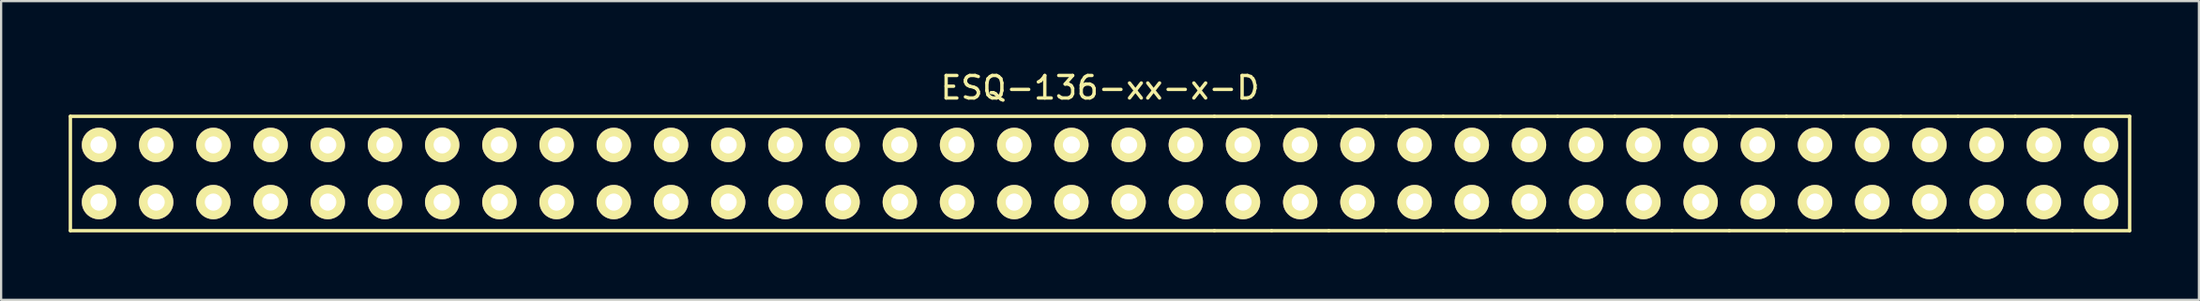
<source format=kicad_pcb>
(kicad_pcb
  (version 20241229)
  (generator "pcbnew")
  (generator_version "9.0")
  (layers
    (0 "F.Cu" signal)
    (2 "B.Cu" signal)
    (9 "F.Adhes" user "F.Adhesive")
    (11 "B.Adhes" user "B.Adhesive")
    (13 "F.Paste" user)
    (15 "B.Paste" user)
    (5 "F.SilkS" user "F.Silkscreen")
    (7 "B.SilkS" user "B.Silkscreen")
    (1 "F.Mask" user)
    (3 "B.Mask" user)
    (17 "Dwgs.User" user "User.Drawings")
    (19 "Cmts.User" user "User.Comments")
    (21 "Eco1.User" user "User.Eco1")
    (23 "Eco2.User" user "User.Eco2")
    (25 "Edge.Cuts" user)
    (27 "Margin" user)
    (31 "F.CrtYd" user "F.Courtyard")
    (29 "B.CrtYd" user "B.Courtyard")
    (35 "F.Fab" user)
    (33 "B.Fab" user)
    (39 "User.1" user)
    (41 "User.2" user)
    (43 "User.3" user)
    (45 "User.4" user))
  (footprint "ESQ-136-xx-x-D"
    (layer "F.Cu")
    (at 45.795 4.658)
    (property "Reference" "ESQ-136-xx-x-D" (at 0 -3.81 0) (layer "F.SilkS") (effects (font (size 1 1) (thickness 0.15))))
    (attr through_hole)
    (fp_line (start -45.72 -2.54) (end 5.08 -2.54) (stroke (width 0.15) (type solid)) (layer "F.SilkS"))
    (fp_line (start -45.72 2.54) (end -45.72 -2.54) (stroke (width 0.15) (type solid)) (layer "F.SilkS"))
    (fp_line (start 5.08 -2.54) (end 7.62 -2.54) (stroke (width 0.15) (type solid)) (layer "F.SilkS"))
    (fp_line (start 5.08 2.54) (end -45.72 2.54) (stroke (width 0.15) (type solid)) (layer "F.SilkS"))
    (fp_line (start 7.62 -2.54) (end 10.16 -2.54) (stroke (width 0.15) (type solid)) (layer "F.SilkS"))
    (fp_line (start 7.62 2.54) (end 5.08 2.54) (stroke (width 0.15) (type solid)) (layer "F.SilkS"))
    (fp_line (start 10.16 -2.54) (end 12.7 -2.54) (stroke (width 0.15) (type solid)) (layer "F.SilkS"))
    (fp_line (start 10.16 2.54) (end 7.62 2.54) (stroke (width 0.15) (type solid)) (layer "F.SilkS"))
    (fp_line (start 12.7 -2.54) (end 15.24 -2.54) (stroke (width 0.15) (type solid)) (layer "F.SilkS"))
    (fp_line (start 12.7 2.54) (end 10.16 2.54) (stroke (width 0.15) (type solid)) (layer "F.SilkS"))
    (fp_line (start 15.24 -2.54) (end 17.78 -2.54) (stroke (width 0.15) (type solid)) (layer "F.SilkS"))
    (fp_line (start 15.24 2.54) (end 12.7 2.54) (stroke (width 0.15) (type solid)) (layer "F.SilkS"))
    (fp_line (start 17.78 -2.54) (end 20.32 -2.54) (stroke (width 0.15) (type solid)) (layer "F.SilkS"))
    (fp_line (start 17.78 2.54) (end 15.24 2.54) (stroke (width 0.15) (type solid)) (layer "F.SilkS"))
    (fp_line (start 20.32 -2.54) (end 22.86 -2.54) (stroke (width 0.15) (type solid)) (layer "F.SilkS"))
    (fp_line (start 20.32 2.54) (end 17.78 2.54) (stroke (width 0.15) (type solid)) (layer "F.SilkS"))
    (fp_line (start 22.86 -2.54) (end 25.4 -2.54) (stroke (width 0.15) (type solid)) (layer "F.SilkS"))
    (fp_line (start 22.86 2.54) (end 20.32 2.54) (stroke (width 0.15) (type solid)) (layer "F.SilkS"))
    (fp_line (start 25.4 -2.54) (end 27.94 -2.54) (stroke (width 0.15) (type solid)) (layer "F.SilkS"))
    (fp_line (start 25.4 2.54) (end 22.86 2.54) (stroke (width 0.15) (type solid)) (layer "F.SilkS"))
    (fp_line (start 27.94 -2.54) (end 30.48 -2.54) (stroke (width 0.15) (type solid)) (layer "F.SilkS"))
    (fp_line (start 27.94 2.54) (end 25.4 2.54) (stroke (width 0.15) (type solid)) (layer "F.SilkS"))
    (fp_line (start 30.48 -2.54) (end 33.02 -2.54) (stroke (width 0.15) (type solid)) (layer "F.SilkS"))
    (fp_line (start 30.48 2.54) (end 27.94 2.54) (stroke (width 0.15) (type solid)) (layer "F.SilkS"))
    (fp_line (start 33.02 -2.54) (end 35.56 -2.54) (stroke (width 0.15) (type solid)) (layer "F.SilkS"))
    (fp_line (start 33.02 2.54) (end 30.48 2.54) (stroke (width 0.15) (type solid)) (layer "F.SilkS"))
    (fp_line (start 35.56 -2.54) (end 38.1 -2.54) (stroke (width 0.15) (type solid)) (layer "F.SilkS"))
    (fp_line (start 35.56 2.54) (end 33.02 2.54) (stroke (width 0.15) (type solid)) (layer "F.SilkS"))
    (fp_line (start 38.1 -2.54) (end 40.64 -2.54) (stroke (width 0.15) (type solid)) (layer "F.SilkS"))
    (fp_line (start 38.1 2.54) (end 35.56 2.54) (stroke (width 0.15) (type solid)) (layer "F.SilkS"))
    (fp_line (start 40.64 -2.54) (end 43.18 -2.54) (stroke (width 0.15) (type solid)) (layer "F.SilkS"))
    (fp_line (start 40.64 2.54) (end 38.1 2.54) (stroke (width 0.15) (type solid)) (layer "F.SilkS"))
    (fp_line (start 43.18 -2.54) (end 45.72 -2.54) (stroke (width 0.15) (type solid)) (layer "F.SilkS"))
    (fp_line (start 43.18 2.54) (end 40.64 2.54) (stroke (width 0.15) (type solid)) (layer "F.SilkS"))
    (fp_line (start 45.72 -2.54) (end 45.72 2.54) (stroke (width 0.15) (type solid)) (layer "F.SilkS"))
    (fp_line (start 45.72 2.54) (end 43.18 2.54) (stroke (width 0.15) (type solid)) (layer "F.SilkS"))
    (pad "1" thru_hole circle (at -44.45 -1.27) (size 1.524 1.524) (drill 0.762) (layers "*.Mask" "B.Cu" "F.SilkS"))
    (pad "2" thru_hole circle (at -44.45 1.27) (size 1.524 1.524) (drill 0.762) (layers "*.Mask" "B.Cu" "F.SilkS"))
    (pad "3" thru_hole circle (at -41.91 -1.27) (size 1.524 1.524) (drill 0.762) (layers "*.Mask" "B.Cu" "F.SilkS"))
    (pad "4" thru_hole circle (at -41.91 1.27) (size 1.524 1.524) (drill 0.762) (layers "*.Mask" "B.Cu" "F.SilkS"))
    (pad "5" thru_hole circle (at -39.37 -1.27) (size 1.524 1.524) (drill 0.762) (layers "*.Mask" "B.Cu" "F.SilkS"))
    (pad "6" thru_hole circle (at -39.37 1.27) (size 1.524 1.524) (drill 0.762) (layers "*.Mask" "B.Cu" "F.SilkS"))
    (pad "7" thru_hole circle (at -36.83 -1.27) (size 1.524 1.524) (drill 0.762) (layers "*.Mask" "B.Cu" "F.SilkS"))
    (pad "8" thru_hole circle (at -36.83 1.27) (size 1.524 1.524) (drill 0.762) (layers "*.Mask" "B.Cu" "F.SilkS"))
    (pad "9" thru_hole circle (at -34.29 -1.27) (size 1.524 1.524) (drill 0.762) (layers "*.Mask" "B.Cu" "F.SilkS"))
    (pad "10" thru_hole circle (at -34.29 1.27) (size 1.524 1.524) (drill 0.762) (layers "*.Mask" "B.Cu" "F.SilkS"))
    (pad "11" thru_hole circle (at -31.75 -1.27) (size 1.524 1.524) (drill 0.762) (layers "*.Mask" "B.Cu" "F.SilkS"))
    (pad "12" thru_hole circle (at -31.75 1.27) (size 1.524 1.524) (drill 0.762) (layers "*.Mask" "B.Cu" "F.SilkS"))
    (pad "13" thru_hole circle (at -29.21 -1.27) (size 1.524 1.524) (drill 0.762) (layers "*.Mask" "B.Cu" "F.SilkS"))
    (pad "14" thru_hole circle (at -29.21 1.27) (size 1.524 1.524) (drill 0.762) (layers "*.Mask" "B.Cu" "F.SilkS"))
    (pad "15" thru_hole circle (at -26.67 -1.27) (size 1.524 1.524) (drill 0.762) (layers "*.Mask" "B.Cu" "F.SilkS"))
    (pad "16" thru_hole circle (at -26.67 1.27) (size 1.524 1.524) (drill 0.762) (layers "*.Mask" "B.Cu" "F.SilkS"))
    (pad "17" thru_hole circle (at -24.13 -1.27) (size 1.524 1.524) (drill 0.762) (layers "*.Mask" "B.Cu" "F.SilkS"))
    (pad "18" thru_hole circle (at -24.13 1.27) (size 1.524 1.524) (drill 0.762) (layers "*.Mask" "B.Cu" "F.SilkS"))
    (pad "19" thru_hole circle (at -21.59 -1.27) (size 1.524 1.524) (drill 0.762) (layers "*.Mask" "B.Cu" "F.SilkS"))
    (pad "20" thru_hole circle (at -21.59 1.27) (size 1.524 1.524) (drill 0.762) (layers "*.Mask" "B.Cu" "F.SilkS"))
    (pad "21" thru_hole circle (at -19.05 -1.27) (size 1.524 1.524) (drill 0.762) (layers "*.Mask" "B.Cu" "F.SilkS"))
    (pad "22" thru_hole circle (at -19.05 1.27) (size 1.524 1.524) (drill 0.762) (layers "*.Mask" "B.Cu" "F.SilkS"))
    (pad "23" thru_hole circle (at -16.51 -1.27) (size 1.524 1.524) (drill 0.762) (layers "*.Mask" "B.Cu" "F.SilkS"))
    (pad "24" thru_hole circle (at -16.51 1.27) (size 1.524 1.524) (drill 0.762) (layers "*.Mask" "B.Cu" "F.SilkS"))
    (pad "25" thru_hole circle (at -13.97 -1.27) (size 1.524 1.524) (drill 0.762) (layers "*.Mask" "B.Cu" "F.SilkS"))
    (pad "26" thru_hole circle (at -13.97 1.27) (size 1.524 1.524) (drill 0.762) (layers "*.Mask" "B.Cu" "F.SilkS"))
    (pad "27" thru_hole circle (at -11.43 -1.27) (size 1.524 1.524) (drill 0.762) (layers "*.Mask" "B.Cu" "F.SilkS"))
    (pad "28" thru_hole circle (at -11.43 1.27) (size 1.524 1.524) (drill 0.762) (layers "*.Mask" "B.Cu" "F.SilkS"))
    (pad "29" thru_hole circle (at -8.89 -1.27) (size 1.524 1.524) (drill 0.762) (layers "*.Mask" "B.Cu" "F.SilkS"))
    (pad "30" thru_hole circle (at -8.89 1.27) (size 1.524 1.524) (drill 0.762) (layers "*.Mask" "B.Cu" "F.SilkS"))
    (pad "31" thru_hole circle (at -6.35 -1.27) (size 1.524 1.524) (drill 0.762) (layers "*.Mask" "B.Cu" "F.SilkS"))
    (pad "32" thru_hole circle (at -6.35 1.27) (size 1.524 1.524) (drill 0.762) (layers "*.Mask" "B.Cu" "F.SilkS"))
    (pad "33" thru_hole circle (at -3.81 -1.27) (size 1.524 1.524) (drill 0.762) (layers "*.Mask" "B.Cu" "F.SilkS"))
    (pad "34" thru_hole circle (at -3.81 1.27) (size 1.524 1.524) (drill 0.762) (layers "*.Mask" "B.Cu" "F.SilkS"))
    (pad "35" thru_hole circle (at -1.27 -1.27) (size 1.524 1.524) (drill 0.762) (layers "*.Mask" "B.Cu" "F.SilkS"))
    (pad "36" thru_hole circle (at -1.27 1.27) (size 1.524 1.524) (drill 0.762) (layers "*.Mask" "B.Cu" "F.SilkS"))
    (pad "37" thru_hole circle (at 1.27 -1.27) (size 1.524 1.524) (drill 0.762) (layers "*.Mask" "B.Cu" "F.SilkS"))
    (pad "38" thru_hole circle (at 1.27 1.27) (size 1.524 1.524) (drill 0.762) (layers "*.Mask" "B.Cu" "F.SilkS"))
    (pad "39" thru_hole circle (at 3.81 -1.27) (size 1.524 1.524) (drill 0.762) (layers "*.Mask" "B.Cu" "F.SilkS"))
    (pad "40" thru_hole circle (at 3.81 1.27) (size 1.524 1.524) (drill 0.762) (layers "*.Mask" "B.Cu" "F.SilkS"))
    (pad "41" thru_hole circle (at 6.35 -1.27) (size 1.524 1.524) (drill 0.762) (layers "*.Mask" "B.Cu" "F.SilkS"))
    (pad "42" thru_hole circle (at 6.35 1.27) (size 1.524 1.524) (drill 0.762) (layers "*.Mask" "B.Cu" "F.SilkS"))
    (pad "43" thru_hole circle (at 8.89 -1.27) (size 1.524 1.524) (drill 0.762) (layers "*.Mask" "B.Cu" "F.SilkS"))
    (pad "44" thru_hole circle (at 8.89 1.27) (size 1.524 1.524) (drill 0.762) (layers "*.Mask" "B.Cu" "F.SilkS"))
    (pad "45" thru_hole circle (at 11.43 -1.27) (size 1.524 1.524) (drill 0.762) (layers "*.Mask" "B.Cu" "F.SilkS"))
    (pad "46" thru_hole circle (at 11.43 1.27) (size 1.524 1.524) (drill 0.762) (layers "*.Mask" "B.Cu" "F.SilkS"))
    (pad "47" thru_hole circle (at 13.97 -1.27) (size 1.524 1.524) (drill 0.762) (layers "*.Mask" "B.Cu" "F.SilkS"))
    (pad "48" thru_hole circle (at 13.97 1.27) (size 1.524 1.524) (drill 0.762) (layers "*.Mask" "B.Cu" "F.SilkS"))
    (pad "49" thru_hole circle (at 16.51 -1.27) (size 1.524 1.524) (drill 0.762) (layers "*.Mask" "B.Cu" "F.SilkS"))
    (pad "50" thru_hole circle (at 16.51 1.27) (size 1.524 1.524) (drill 0.762) (layers "*.Mask" "B.Cu" "F.SilkS"))
    (pad "51" thru_hole circle (at 19.05 -1.27) (size 1.524 1.524) (drill 0.762) (layers "*.Mask" "B.Cu" "F.SilkS"))
    (pad "52" thru_hole circle (at 19.05 1.27) (size 1.524 1.524) (drill 0.762) (layers "*.Mask" "B.Cu" "F.SilkS"))
    (pad "53" thru_hole circle (at 21.59 -1.27) (size 1.524 1.524) (drill 0.762) (layers "*.Mask" "B.Cu" "F.SilkS"))
    (pad "54" thru_hole circle (at 21.59 1.27) (size 1.524 1.524) (drill 0.762) (layers "*.Mask" "B.Cu" "F.SilkS"))
    (pad "55" thru_hole circle (at 24.13 -1.27) (size 1.524 1.524) (drill 0.762) (layers "*.Mask" "B.Cu" "F.SilkS"))
    (pad "56" thru_hole circle (at 24.13 1.27) (size 1.524 1.524) (drill 0.762) (layers "*.Mask" "B.Cu" "F.SilkS"))
    (pad "57" thru_hole circle (at 26.67 -1.27) (size 1.524 1.524) (drill 0.762) (layers "*.Mask" "B.Cu" "F.SilkS"))
    (pad "58" thru_hole circle (at 26.67 1.27) (size 1.524 1.524) (drill 0.762) (layers "*.Mask" "B.Cu" "F.SilkS"))
    (pad "59" thru_hole circle (at 29.21 -1.27) (size 1.524 1.524) (drill 0.762) (layers "*.Mask" "B.Cu" "F.SilkS"))
    (pad "60" thru_hole circle (at 29.21 1.27) (size 1.524 1.524) (drill 0.762) (layers "*.Mask" "B.Cu" "F.SilkS"))
    (pad "61" thru_hole circle (at 31.75 -1.27) (size 1.524 1.524) (drill 0.762) (layers "*.Mask" "B.Cu" "F.SilkS"))
    (pad "62" thru_hole circle (at 31.75 1.27) (size 1.524 1.524) (drill 0.762) (layers "*.Mask" "B.Cu" "F.SilkS"))
    (pad "63" thru_hole circle (at 34.29 -1.27) (size 1.524 1.524) (drill 0.762) (layers "*.Mask" "B.Cu" "F.SilkS"))
    (pad "64" thru_hole circle (at 34.29 1.27) (size 1.524 1.524) (drill 0.762) (layers "*.Mask" "B.Cu" "F.SilkS"))
    (pad "65" thru_hole circle (at 36.83 -1.27) (size 1.524 1.524) (drill 0.762) (layers "*.Mask" "B.Cu" "F.SilkS"))
    (pad "66" thru_hole circle (at 36.83 1.27) (size 1.524 1.524) (drill 0.762) (layers "*.Mask" "B.Cu" "F.SilkS"))
    (pad "67" thru_hole circle (at 39.37 -1.27) (size 1.524 1.524) (drill 0.762) (layers "*.Mask" "B.Cu" "F.SilkS"))
    (pad "68" thru_hole circle (at 39.37 1.27) (size 1.524 1.524) (drill 0.762) (layers "*.Mask" "B.Cu" "F.SilkS"))
    (pad "69" thru_hole circle (at 41.91 -1.27) (size 1.524 1.524) (drill 0.762) (layers "*.Mask" "B.Cu" "F.SilkS"))
    (pad "70" thru_hole circle (at 41.91 1.27) (size 1.524 1.524) (drill 0.762) (layers "*.Mask" "B.Cu" "F.SilkS"))
    (pad "71" thru_hole circle (at 44.45 -1.27) (size 1.524 1.524) (drill 0.762) (layers "*.Mask" "B.Cu" "F.SilkS"))
    (pad "72" thru_hole circle (at 44.45 1.27) (size 1.524 1.524) (drill 0.762) (layers "*.Mask" "B.Cu" "F.SilkS")))
  (gr_rect
    (start -3 -3)
    (end 94.59 10.273)
    (stroke (width 0.1) (type default))
    (fill no)
    (layer "Edge.Cuts")))
</source>
